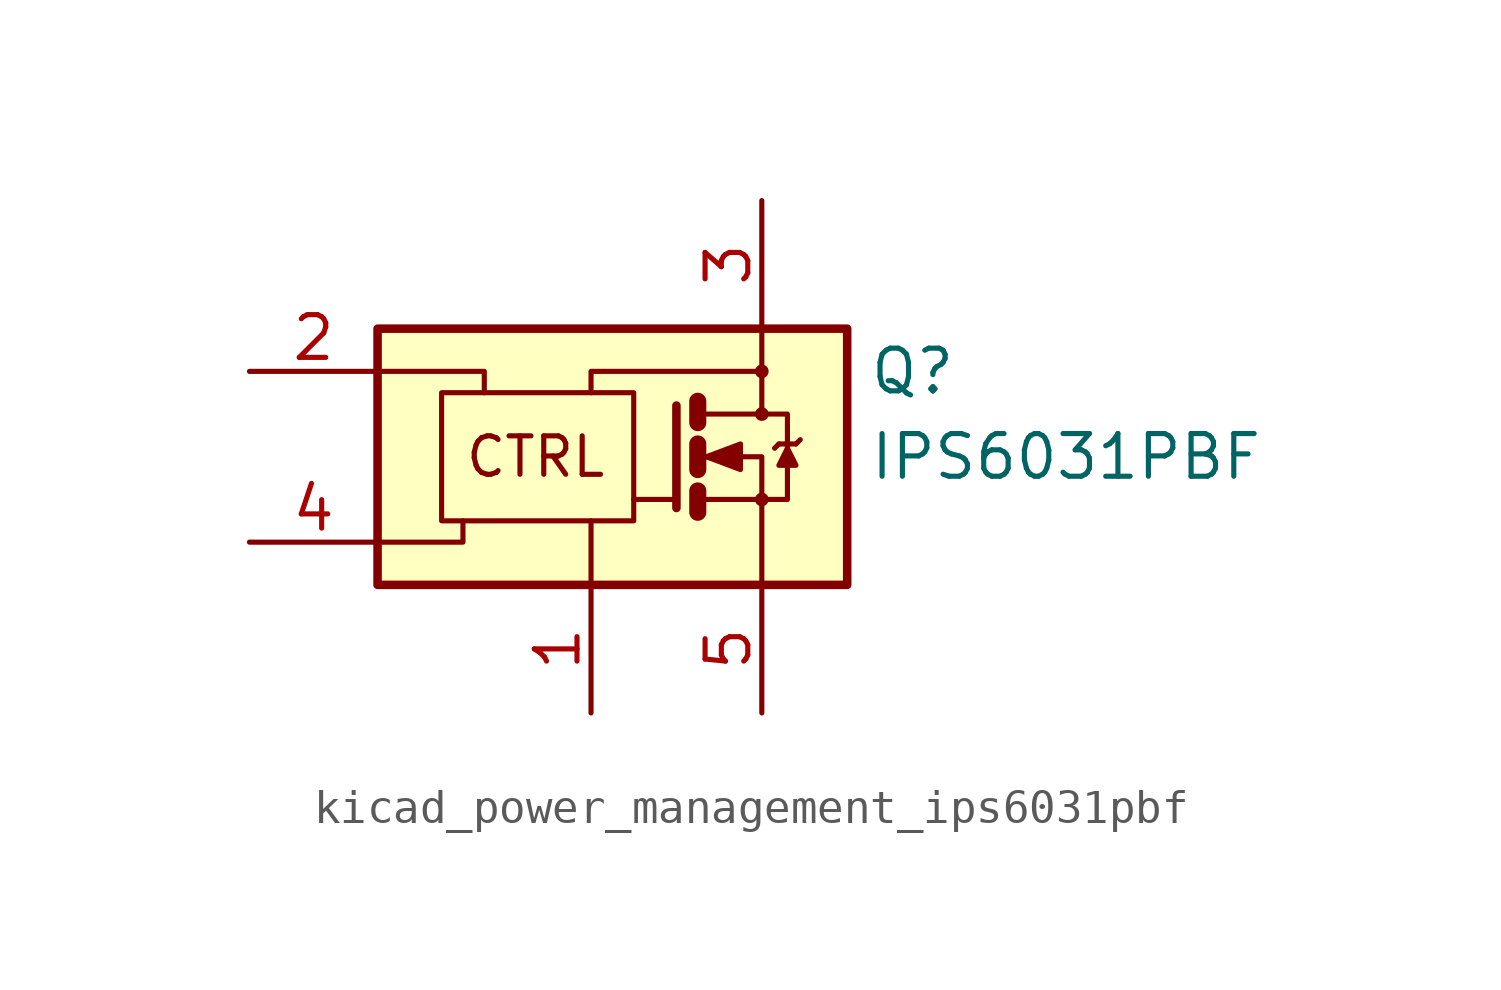
<source format=kicad_sym>
(kicad_symbol_lib
  (version 20220914)
  (generator kicad_symbol_editor)
  (symbol "kicad_power_management_ips6031pbf"
    (pin_names
      (offset 0) hide)
    (property "Reference" "Q"
      (at 8.255 2.54 0)
      (effects (font (size 1.27 1.27)) (justify left)))
    (property "Value" "IPS6031PBF"
      (at 8.255 0 0)
      (effects (font (size 1.27 1.27)) (justify left)))
    (symbol "kicad_power_management_ips6031pbf_0_0"
      (rectangle (start -6.35 3.81) (end 7.62 -3.81) (stroke (width 0.254) (type default)) (fill (type background)))
      (polyline (pts (xy 0 -3.81) (xy 0 -1.905)) (stroke (width 0) (type default)) (fill (type none)))
      (polyline (pts (xy -6.35 -2.54) (xy -3.81 -2.54) (xy -3.81 -1.905)) (stroke (width 0) (type default)) (fill (type none)))
      (polyline (pts (xy -6.35 2.54) (xy -3.175 2.54) (xy -3.175 1.905)) (stroke (width 0) (type default)) (fill (type none)))
      (polyline (pts (xy 0 1.905) (xy 0 2.54) (xy 5.08 2.54)) (stroke (width 0) (type default)) (fill (type none)))
      (circle (center 5.08 2.54) (radius 0.127) (stroke (width 0) (type default)) (fill (type none)))
      (text "CTRL" (at -1.651 0 0) (effects (font (size 1.143 1.143)))))
    (symbol "kicad_power_management_ips6031pbf_0_1"
      (rectangle (start -4.445 1.905) (end 1.27 -1.905) (stroke (width 0) (type default)) (fill (type none)))
      (polyline (pts (xy 2.54 -1.27) (xy 1.27 -1.27)) (stroke (width 0) (type default)) (fill (type none)))
      (polyline (pts (xy 3.175 -1.016) (xy 3.175 -1.651)) (stroke (width 0.508) (type default)) (fill (type none)))
      (polyline (pts (xy 3.175 0.381) (xy 3.175 -0.381)) (stroke (width 0.508) (type default)) (fill (type none)))
      (polyline (pts (xy 3.175 1.651) (xy 3.175 1.016)) (stroke (width 0.508) (type default)) (fill (type none)))
      (polyline (pts (xy 3.302 -1.27) (xy 5.08 -1.27)) (stroke (width 0) (type default)) (fill (type none)))
      (polyline (pts (xy 5.588 0.381) (xy 5.461 0.254)) (stroke (width 0) (type default)) (fill (type none)))
      (polyline (pts (xy 5.588 0.381) (xy 6.096 0.381)) (stroke (width 0) (type default)) (fill (type none)))
      (polyline (pts (xy 6.096 0.381) (xy 6.223 0.508)) (stroke (width 0) (type default)) (fill (type none)))
      (polyline (pts (xy 2.54 1.524) (xy 2.54 -1.524) (xy 2.54 -1.524)) (stroke (width 0.254) (type default)) (fill (type none)))
      (polyline (pts (xy 3.302 0) (xy 5.08 0) (xy 5.08 -3.81)) (stroke (width 0) (type default)) (fill (type none)))
      (polyline (pts (xy 3.302 1.27) (xy 5.08 1.27) (xy 5.08 3.81)) (stroke (width 0) (type default)) (fill (type none)))
      (polyline (pts (xy 5.08 -1.27) (xy 5.842 -1.27) (xy 5.842 1.27) (xy 5.08 1.27)) (stroke (width 0) (type default)) (fill (type none)))
      (polyline (pts (xy 5.842 0.254) (xy 5.588 -0.254) (xy 6.096 -0.254) (xy 5.842 0.254)) (stroke (width 0) (type default)) (fill (type outline)))
      (polyline (pts (xy 3.429 0) (xy 4.445 0.381) (xy 4.445 -0.381) (xy 3.429 0) (xy 3.556 0) (xy 3.556 0)) (stroke (width 0) (type default)) (fill (type outline)))
      (circle (center 5.08 -1.27) (radius 0.127) (stroke (width 0) (type default)) (fill (type none)))
      (circle (center 5.08 1.27) (radius 0.127) (stroke (width 0) (type default)) (fill (type none))))
    (symbol "kicad_power_management_ips6031pbf_1_1"
      (pin power_in line (at 0 -7.62 90) (length 3.81) (name "GND" (effects (font (size 1.27 1.27)))) (number "1" (effects (font (size 1.27 1.27)))))
      (pin input line (at -10.16 2.54 0) (length 3.81) (name "IN" (effects (font (size 1.27 1.27)))) (number "2" (effects (font (size 1.27 1.27)))))
      (pin power_in line (at 5.08 7.62 270) (length 3.81) (name "VCC" (effects (font (size 1.27 1.27)))) (number "3" (effects (font (size 1.27 1.27)))))
      (pin bidirectional line (at -10.16 -2.54 0) (length 3.81) (name "DG" (effects (font (size 1.27 1.27)))) (number "4" (effects (font (size 1.27 1.27)))))
      (pin output line (at 5.08 -7.62 90) (length 3.81) (name "OUT" (effects (font (size 1.27 1.27)))) (number "5" (effects (font (size 1.27 1.27))))))))
</source>
